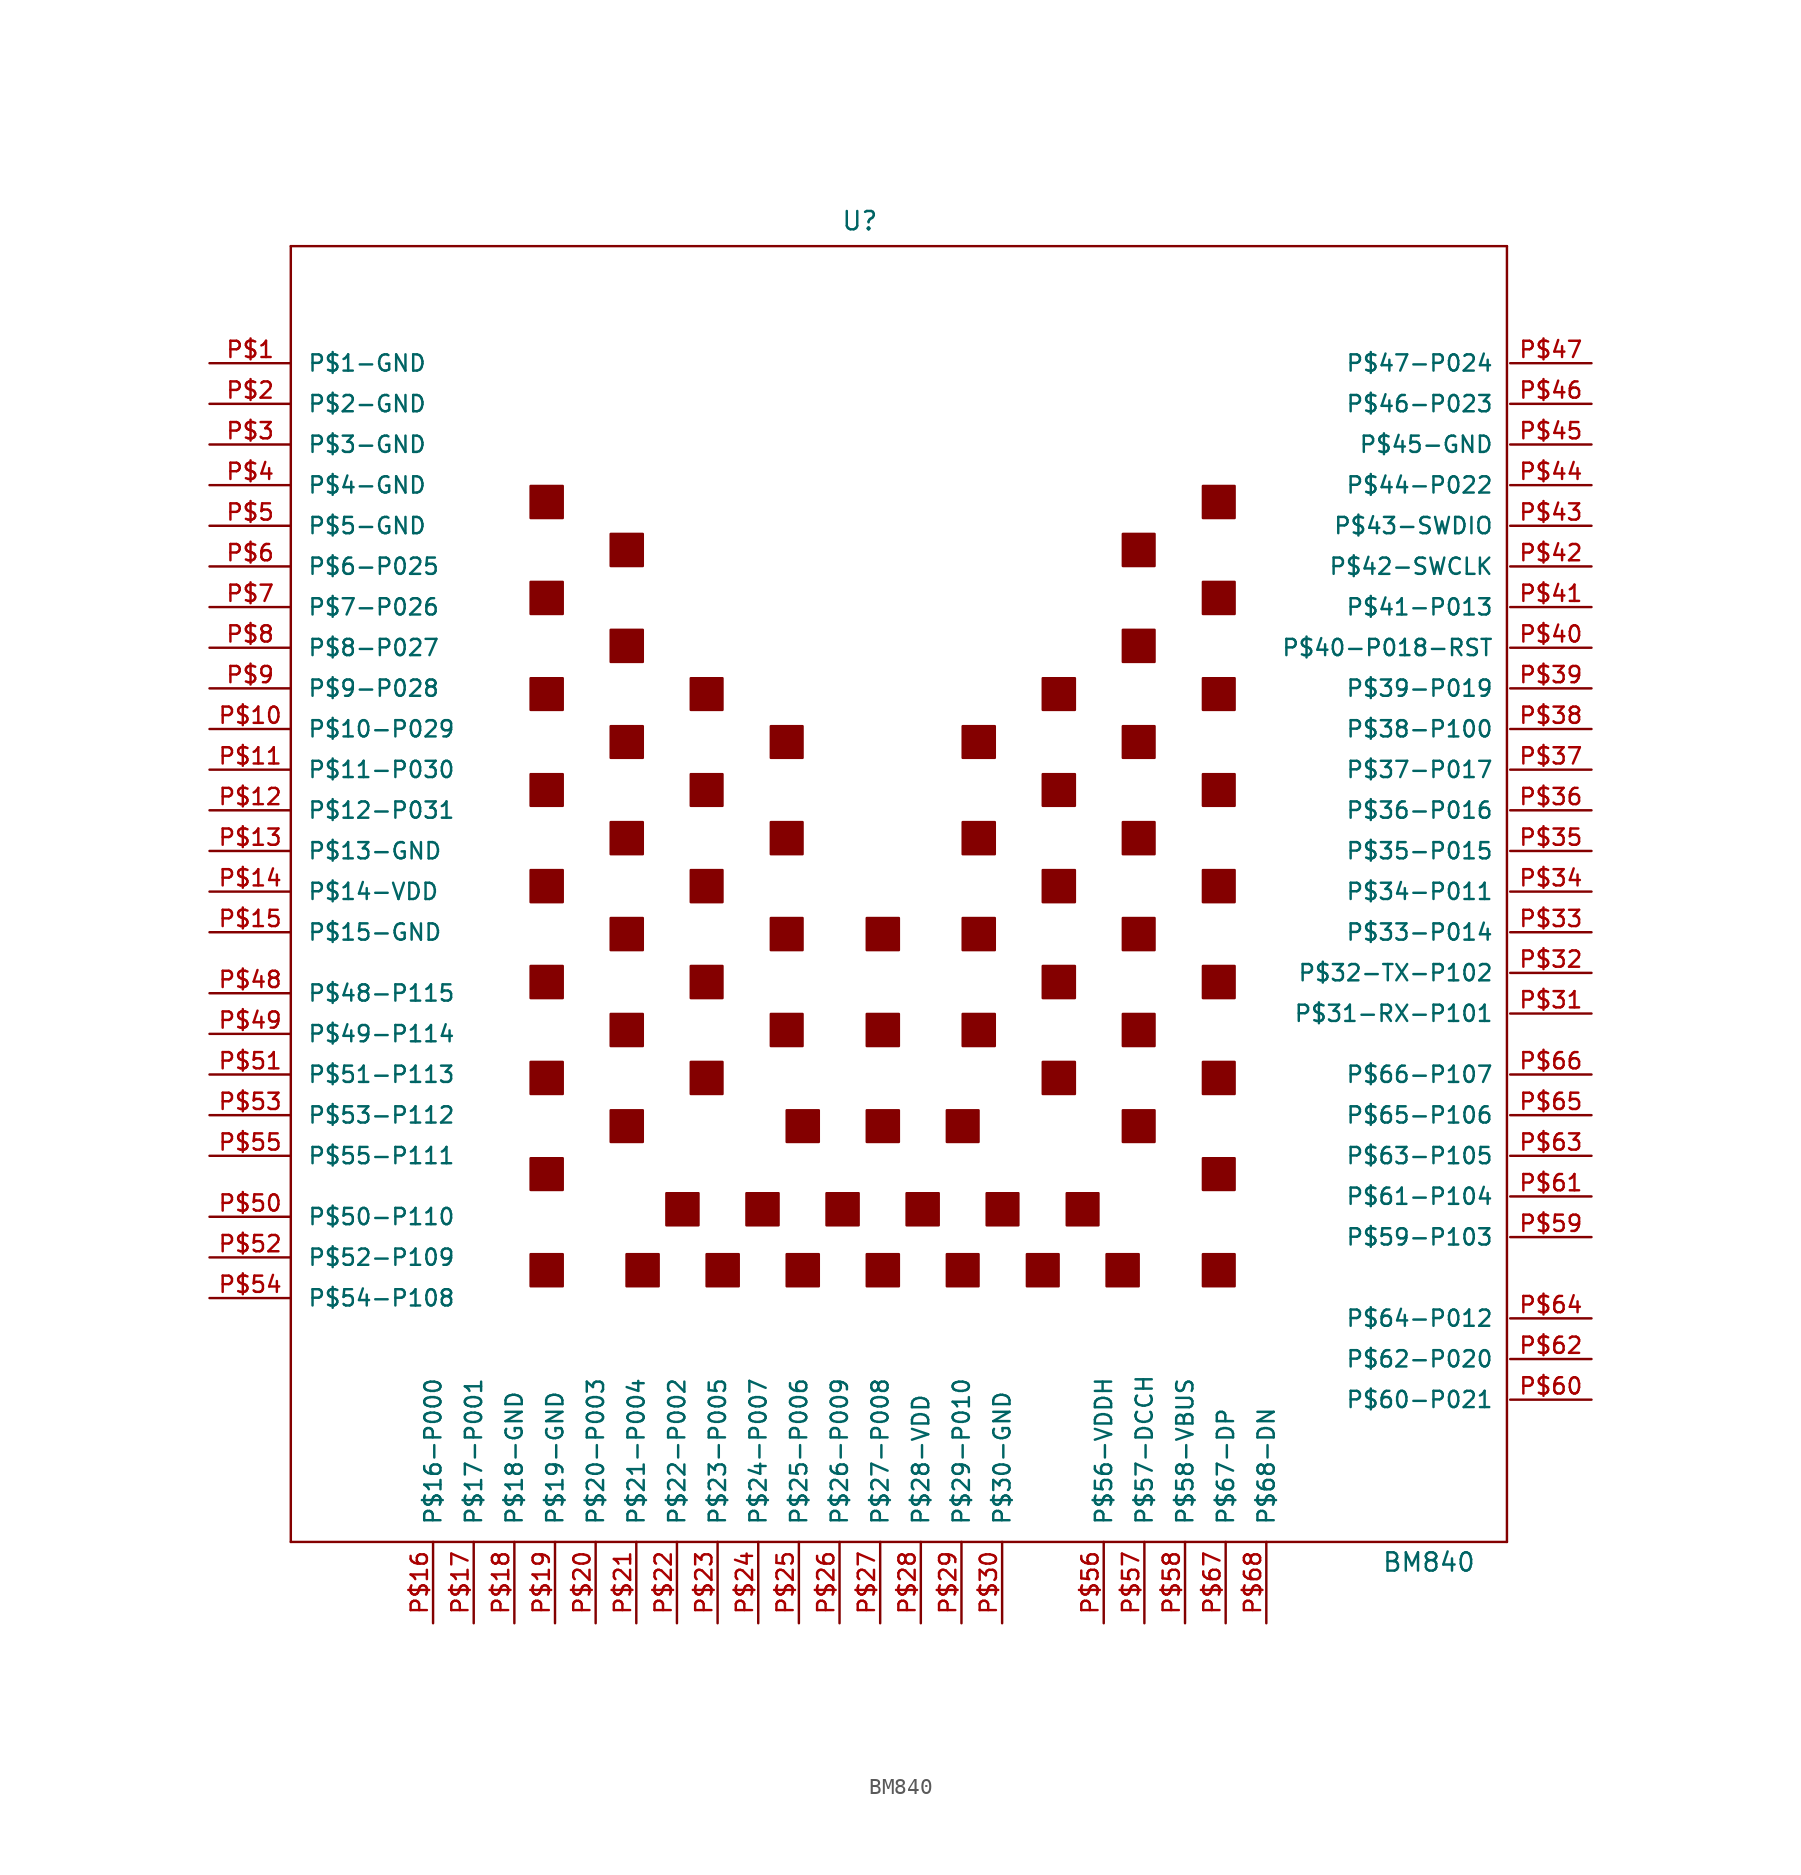
<source format=kicad_sym>
(kicad_symbol_lib
  (version 20211014)
  (generator kicad_symbol_editor)
  (symbol "BM840"
    (pin_names
      (offset 1.016))
    (property "Reference" "U"
      (at -1.27 44.45 0)
      (effects (font (size 1.143 1.143))))
    (property "Value" "BM840"
      (at 34.29 -39.37 0)
      (effects (font (size 1.143 1.143))))
    (property "ki_locked" ""
      (at 0 0 0)
      (effects (font (size 1.27 1.27))))
    (symbol "BM840_1_0"
      (polyline (pts (xy -36.83 -38.1) (xy -36.83 42.875)) (stroke (width 0) (type default) (color 0 0 0 0)) (fill (type none)))
      (polyline (pts (xy -36.83 42.875) (xy 39.167 42.875)) (stroke (width 0) (type default) (color 0 0 0 0)) (fill (type none)))
      (polyline (pts (xy 39.167 -38.1) (xy -36.83 -38.1)) (stroke (width 0) (type default) (color 0 0 0 0)) (fill (type none)))
      (polyline (pts (xy 39.167 42.875) (xy 39.167 -38.1)) (stroke (width 0) (type default) (color 0 0 0 0)) (fill (type none))))
    (symbol "BM840_1_1"
      (polyline (pts (xy -21.844 -20.117) (xy -19.837 -20.117) (xy -19.837 -20.117) (xy -19.837 -22.123) (xy -19.837 -22.123) (xy -21.844 -22.123) (xy -21.844 -22.123) (xy -21.844 -20.117)) (stroke (width 0) (type default) (color 0 0 0 0)) (fill (type outline)))
      (polyline (pts (xy -21.844 -14.122) (xy -19.837 -14.122) (xy -19.837 -14.122) (xy -19.837 -16.104) (xy -19.837 -16.104) (xy -21.844 -16.104) (xy -21.844 -16.104) (xy -21.844 -14.122)) (stroke (width 0) (type default) (color 0 0 0 0)) (fill (type outline)))
      (polyline (pts (xy -21.844 -8.103) (xy -19.837 -8.103) (xy -19.837 -8.103) (xy -19.837 -10.109) (xy -19.837 -10.109) (xy -21.844 -10.109) (xy -21.844 -10.109) (xy -21.844 -8.103)) (stroke (width 0) (type default) (color 0 0 0 0)) (fill (type outline)))
      (polyline (pts (xy -21.844 -2.108) (xy -19.837 -2.108) (xy -19.837 -2.108) (xy -19.837 -4.115) (xy -19.837 -4.115) (xy -21.844 -4.115) (xy -21.844 -4.115) (xy -21.844 -2.108)) (stroke (width 0) (type default) (color 0 0 0 0)) (fill (type outline)))
      (polyline (pts (xy -21.844 3.886) (xy -19.837 3.886) (xy -19.837 3.886) (xy -19.837 1.88) (xy -19.837 1.88) (xy -21.844 1.88) (xy -21.844 1.88) (xy -21.844 3.886)) (stroke (width 0) (type default) (color 0 0 0 0)) (fill (type outline)))
      (polyline (pts (xy -21.844 9.881) (xy -19.837 9.881) (xy -19.837 9.881) (xy -19.837 7.899) (xy -19.837 7.899) (xy -21.844 7.899) (xy -21.844 7.899) (xy -21.844 9.881)) (stroke (width 0) (type default) (color 0 0 0 0)) (fill (type outline)))
      (polyline (pts (xy -21.844 15.875) (xy -19.837 15.875) (xy -19.837 15.875) (xy -19.837 13.894) (xy -19.837 13.894) (xy -21.844 13.894) (xy -21.844 13.894) (xy -21.844 15.875)) (stroke (width 0) (type default) (color 0 0 0 0)) (fill (type outline)))
      (polyline (pts (xy -21.844 21.895) (xy -19.837 21.895) (xy -19.837 21.895) (xy -19.837 19.888) (xy -19.837 19.888) (xy -21.844 19.888) (xy -21.844 19.888) (xy -21.844 21.895)) (stroke (width 0) (type default) (color 0 0 0 0)) (fill (type outline)))
      (polyline (pts (xy -21.844 27.889) (xy -19.837 27.889) (xy -19.837 27.889) (xy -19.837 25.883) (xy -19.837 25.883) (xy -21.844 25.883) (xy -21.844 25.883) (xy -21.844 27.889)) (stroke (width 0) (type default) (color 0 0 0 0)) (fill (type outline)))
      (polyline (pts (xy -16.84 -11.125) (xy -14.834 -11.125) (xy -14.834 -11.125) (xy -14.834 -13.106) (xy -14.834 -13.106) (xy -16.84 -13.106) (xy -16.84 -13.106) (xy -16.84 -11.125)) (stroke (width 0) (type default) (color 0 0 0 0)) (fill (type outline)))
      (polyline (pts (xy -16.84 -5.105) (xy -14.834 -5.105) (xy -14.834 -5.105) (xy -14.834 -7.112) (xy -14.834 -7.112) (xy -16.84 -7.112) (xy -16.84 -7.112) (xy -16.84 -5.105)) (stroke (width 0) (type default) (color 0 0 0 0)) (fill (type outline)))
      (polyline (pts (xy -16.84 0.889) (xy -14.834 0.889) (xy -14.834 0.889) (xy -14.834 -1.118) (xy -14.834 -1.118) (xy -16.84 -1.118) (xy -16.84 -1.118) (xy -16.84 0.889)) (stroke (width 0) (type default) (color 0 0 0 0)) (fill (type outline)))
      (polyline (pts (xy -16.84 6.883) (xy -14.834 6.883) (xy -14.834 6.883) (xy -14.834 4.877) (xy -14.834 4.877) (xy -16.84 4.877) (xy -16.84 4.877) (xy -16.84 6.883)) (stroke (width 0) (type default) (color 0 0 0 0)) (fill (type outline)))
      (polyline (pts (xy -16.84 12.878) (xy -14.834 12.878) (xy -14.834 12.878) (xy -14.834 10.897) (xy -14.834 10.897) (xy -16.84 10.897) (xy -16.84 10.897) (xy -16.84 12.878)) (stroke (width 0) (type default) (color 0 0 0 0)) (fill (type outline)))
      (polyline (pts (xy -16.84 18.898) (xy -14.834 18.898) (xy -14.834 18.898) (xy -14.834 16.891) (xy -14.834 16.891) (xy -16.84 16.891) (xy -16.84 16.891) (xy -16.84 18.898)) (stroke (width 0) (type default) (color 0 0 0 0)) (fill (type outline)))
      (polyline (pts (xy -16.84 24.892) (xy -14.834 24.892) (xy -14.834 24.892) (xy -14.834 22.885) (xy -14.834 22.885) (xy -16.84 22.885) (xy -16.84 22.885) (xy -16.84 24.892)) (stroke (width 0) (type default) (color 0 0 0 0)) (fill (type outline)))
      (polyline (pts (xy -15.85 -20.117) (xy -13.843 -20.117) (xy -13.843 -20.117) (xy -13.843 -22.123) (xy -13.843 -22.123) (xy -15.85 -22.123) (xy -15.85 -22.123) (xy -15.85 -20.117)) (stroke (width 0) (type default) (color 0 0 0 0)) (fill (type outline)))
      (polyline (pts (xy -13.36 -16.307) (xy -11.354 -16.307) (xy -11.354 -16.307) (xy -11.354 -18.313) (xy -11.354 -18.313) (xy -13.36 -18.313) (xy -13.36 -18.313) (xy -13.36 -16.307)) (stroke (width 0) (type default) (color 0 0 0 0)) (fill (type outline)))
      (polyline (pts (xy -11.836 -8.103) (xy -9.855 -8.103) (xy -9.855 -8.103) (xy -9.855 -10.109) (xy -9.855 -10.109) (xy -11.836 -10.109) (xy -11.836 -10.109) (xy -11.836 -8.103)) (stroke (width 0) (type default) (color 0 0 0 0)) (fill (type outline)))
      (polyline (pts (xy -11.836 -2.108) (xy -9.855 -2.108) (xy -9.855 -2.108) (xy -9.855 -4.115) (xy -9.855 -4.115) (xy -11.836 -4.115) (xy -11.836 -4.115) (xy -11.836 -2.108)) (stroke (width 0) (type default) (color 0 0 0 0)) (fill (type outline)))
      (polyline (pts (xy -11.836 3.886) (xy -9.855 3.886) (xy -9.855 3.886) (xy -9.855 1.88) (xy -9.855 1.88) (xy -11.836 1.88) (xy -11.836 1.88) (xy -11.836 3.886)) (stroke (width 0) (type default) (color 0 0 0 0)) (fill (type outline)))
      (polyline (pts (xy -11.836 9.881) (xy -9.855 9.881) (xy -9.855 9.881) (xy -9.855 7.899) (xy -9.855 7.899) (xy -11.836 7.899) (xy -11.836 7.899) (xy -11.836 9.881)) (stroke (width 0) (type default) (color 0 0 0 0)) (fill (type outline)))
      (polyline (pts (xy -11.836 15.875) (xy -9.855 15.875) (xy -9.855 15.875) (xy -9.855 13.894) (xy -9.855 13.894) (xy -11.836 13.894) (xy -11.836 13.894) (xy -11.836 15.875)) (stroke (width 0) (type default) (color 0 0 0 0)) (fill (type outline)))
      (polyline (pts (xy -10.846 -20.117) (xy -8.839 -20.117) (xy -8.839 -20.117) (xy -8.839 -22.123) (xy -8.839 -22.123) (xy -10.846 -22.123) (xy -10.846 -22.123) (xy -10.846 -20.117)) (stroke (width 0) (type default) (color 0 0 0 0)) (fill (type outline)))
      (polyline (pts (xy -8.357 -16.307) (xy -6.35 -16.307) (xy -6.35 -16.307) (xy -6.35 -18.313) (xy -6.35 -18.313) (xy -8.357 -18.313) (xy -8.357 -18.313) (xy -8.357 -16.307)) (stroke (width 0) (type default) (color 0 0 0 0)) (fill (type outline)))
      (polyline (pts (xy -6.833 -5.105) (xy -4.851 -5.105) (xy -4.851 -5.105) (xy -4.851 -7.112) (xy -4.851 -7.112) (xy -6.833 -7.112) (xy -6.833 -7.112) (xy -6.833 -5.105)) (stroke (width 0) (type default) (color 0 0 0 0)) (fill (type outline)))
      (polyline (pts (xy -6.833 0.889) (xy -4.851 0.889) (xy -4.851 0.889) (xy -4.851 -1.118) (xy -4.851 -1.118) (xy -6.833 -1.118) (xy -6.833 -1.118) (xy -6.833 0.889)) (stroke (width 0) (type default) (color 0 0 0 0)) (fill (type outline)))
      (polyline (pts (xy -6.833 6.883) (xy -4.851 6.883) (xy -4.851 6.883) (xy -4.851 4.877) (xy -4.851 4.877) (xy -6.833 4.877) (xy -6.833 4.877) (xy -6.833 6.883)) (stroke (width 0) (type default) (color 0 0 0 0)) (fill (type outline)))
      (polyline (pts (xy -6.833 12.878) (xy -4.851 12.878) (xy -4.851 12.878) (xy -4.851 10.897) (xy -4.851 10.897) (xy -6.833 10.897) (xy -6.833 10.897) (xy -6.833 12.878)) (stroke (width 0) (type default) (color 0 0 0 0)) (fill (type outline)))
      (polyline (pts (xy -5.842 -20.117) (xy -3.835 -20.117) (xy -3.835 -20.117) (xy -3.835 -22.123) (xy -3.835 -22.123) (xy -5.842 -22.123) (xy -5.842 -22.123) (xy -5.842 -20.117)) (stroke (width 0) (type default) (color 0 0 0 0)) (fill (type outline)))
      (polyline (pts (xy -5.842 -11.125) (xy -3.835 -11.125) (xy -3.835 -11.125) (xy -3.835 -13.106) (xy -3.835 -13.106) (xy -5.842 -13.106) (xy -5.842 -13.106) (xy -5.842 -11.125)) (stroke (width 0) (type default) (color 0 0 0 0)) (fill (type outline)))
      (polyline (pts (xy -3.353 -16.307) (xy -1.346 -16.307) (xy -1.346 -16.307) (xy -1.346 -18.313) (xy -1.346 -18.313) (xy -3.353 -18.313) (xy -3.353 -18.313) (xy -3.353 -16.307)) (stroke (width 0) (type default) (color 0 0 0 0)) (fill (type outline)))
      (polyline (pts (xy -0.838 -20.117) (xy 1.168 -20.117) (xy 1.168 -20.117) (xy 1.168 -22.123) (xy 1.168 -22.123) (xy -0.838 -22.123) (xy -0.838 -22.123) (xy -0.838 -20.117)) (stroke (width 0) (type default) (color 0 0 0 0)) (fill (type outline)))
      (polyline (pts (xy -0.838 -11.125) (xy 1.168 -11.125) (xy 1.168 -11.125) (xy 1.168 -13.106) (xy 1.168 -13.106) (xy -0.838 -13.106) (xy -0.838 -13.106) (xy -0.838 -11.125)) (stroke (width 0) (type default) (color 0 0 0 0)) (fill (type outline)))
      (polyline (pts (xy -0.838 -5.105) (xy 1.168 -5.105) (xy 1.168 -5.105) (xy 1.168 -7.112) (xy 1.168 -7.112) (xy -0.838 -7.112) (xy -0.838 -7.112) (xy -0.838 -5.105)) (stroke (width 0) (type default) (color 0 0 0 0)) (fill (type outline)))
      (polyline (pts (xy -0.838 0.889) (xy 1.168 0.889) (xy 1.168 0.889) (xy 1.168 -1.118) (xy 1.168 -1.118) (xy -0.838 -1.118) (xy -0.838 -1.118) (xy -0.838 0.889)) (stroke (width 0) (type default) (color 0 0 0 0)) (fill (type outline)))
      (polyline (pts (xy 1.651 -16.307) (xy 3.658 -16.307) (xy 3.658 -16.307) (xy 3.658 -18.313) (xy 3.658 -18.313) (xy 1.651 -18.313) (xy 1.651 -18.313) (xy 1.651 -16.307)) (stroke (width 0) (type default) (color 0 0 0 0)) (fill (type outline)))
      (polyline (pts (xy 4.166 -20.117) (xy 6.147 -20.117) (xy 6.147 -20.117) (xy 6.147 -22.123) (xy 6.147 -22.123) (xy 4.166 -22.123) (xy 4.166 -22.123) (xy 4.166 -20.117)) (stroke (width 0) (type default) (color 0 0 0 0)) (fill (type outline)))
      (polyline (pts (xy 4.166 -11.125) (xy 6.147 -11.125) (xy 6.147 -11.125) (xy 6.147 -13.106) (xy 6.147 -13.106) (xy 4.166 -13.106) (xy 4.166 -13.106) (xy 4.166 -11.125)) (stroke (width 0) (type default) (color 0 0 0 0)) (fill (type outline)))
      (polyline (pts (xy 5.156 -5.105) (xy 7.163 -5.105) (xy 7.163 -5.105) (xy 7.163 -7.112) (xy 7.163 -7.112) (xy 5.156 -7.112) (xy 5.156 -7.112) (xy 5.156 -5.105)) (stroke (width 0) (type default) (color 0 0 0 0)) (fill (type outline)))
      (polyline (pts (xy 5.156 0.889) (xy 7.163 0.889) (xy 7.163 0.889) (xy 7.163 -1.118) (xy 7.163 -1.118) (xy 5.156 -1.118) (xy 5.156 -1.118) (xy 5.156 0.889)) (stroke (width 0) (type default) (color 0 0 0 0)) (fill (type outline)))
      (polyline (pts (xy 5.156 6.883) (xy 7.163 6.883) (xy 7.163 6.883) (xy 7.163 4.877) (xy 7.163 4.877) (xy 5.156 4.877) (xy 5.156 4.877) (xy 5.156 6.883)) (stroke (width 0) (type default) (color 0 0 0 0)) (fill (type outline)))
      (polyline (pts (xy 5.156 12.878) (xy 7.163 12.878) (xy 7.163 12.878) (xy 7.163 10.897) (xy 7.163 10.897) (xy 5.156 10.897) (xy 5.156 10.897) (xy 5.156 12.878)) (stroke (width 0) (type default) (color 0 0 0 0)) (fill (type outline)))
      (polyline (pts (xy 6.655 -16.307) (xy 8.636 -16.307) (xy 8.636 -16.307) (xy 8.636 -18.313) (xy 8.636 -18.313) (xy 6.655 -18.313) (xy 6.655 -18.313) (xy 6.655 -16.307)) (stroke (width 0) (type default) (color 0 0 0 0)) (fill (type outline)))
      (polyline (pts (xy 9.169 -20.117) (xy 11.151 -20.117) (xy 11.151 -20.117) (xy 11.151 -22.123) (xy 11.151 -22.123) (xy 9.169 -22.123) (xy 9.169 -22.123) (xy 9.169 -20.117)) (stroke (width 0) (type default) (color 0 0 0 0)) (fill (type outline)))
      (polyline (pts (xy 10.16 -8.103) (xy 12.167 -8.103) (xy 12.167 -8.103) (xy 12.167 -10.109) (xy 12.167 -10.109) (xy 10.16 -10.109) (xy 10.16 -10.109) (xy 10.16 -8.103)) (stroke (width 0) (type default) (color 0 0 0 0)) (fill (type outline)))
      (polyline (pts (xy 10.16 -2.108) (xy 12.167 -2.108) (xy 12.167 -2.108) (xy 12.167 -4.115) (xy 12.167 -4.115) (xy 10.16 -4.115) (xy 10.16 -4.115) (xy 10.16 -2.108)) (stroke (width 0) (type default) (color 0 0 0 0)) (fill (type outline)))
      (polyline (pts (xy 10.16 3.886) (xy 12.167 3.886) (xy 12.167 3.886) (xy 12.167 1.88) (xy 12.167 1.88) (xy 10.16 1.88) (xy 10.16 1.88) (xy 10.16 3.886)) (stroke (width 0) (type default) (color 0 0 0 0)) (fill (type outline)))
      (polyline (pts (xy 10.16 9.881) (xy 12.167 9.881) (xy 12.167 9.881) (xy 12.167 7.899) (xy 12.167 7.899) (xy 10.16 7.899) (xy 10.16 7.899) (xy 10.16 9.881)) (stroke (width 0) (type default) (color 0 0 0 0)) (fill (type outline)))
      (polyline (pts (xy 10.16 15.875) (xy 12.167 15.875) (xy 12.167 15.875) (xy 12.167 13.894) (xy 12.167 13.894) (xy 10.16 13.894) (xy 10.16 13.894) (xy 10.16 15.875)) (stroke (width 0) (type default) (color 0 0 0 0)) (fill (type outline)))
      (polyline (pts (xy 11.659 -16.307) (xy 13.64 -16.307) (xy 13.64 -16.307) (xy 13.64 -18.313) (xy 13.64 -18.313) (xy 11.659 -18.313) (xy 11.659 -18.313) (xy 11.659 -16.307)) (stroke (width 0) (type default) (color 0 0 0 0)) (fill (type outline)))
      (polyline (pts (xy 14.148 -20.117) (xy 16.154 -20.117) (xy 16.154 -20.117) (xy 16.154 -22.123) (xy 16.154 -22.123) (xy 14.148 -22.123) (xy 14.148 -22.123) (xy 14.148 -20.117)) (stroke (width 0) (type default) (color 0 0 0 0)) (fill (type outline)))
      (polyline (pts (xy 15.164 -11.125) (xy 17.145 -11.125) (xy 17.145 -11.125) (xy 17.145 -13.106) (xy 17.145 -13.106) (xy 15.164 -13.106) (xy 15.164 -13.106) (xy 15.164 -11.125)) (stroke (width 0) (type default) (color 0 0 0 0)) (fill (type outline)))
      (polyline (pts (xy 15.164 -5.105) (xy 17.145 -5.105) (xy 17.145 -5.105) (xy 17.145 -7.112) (xy 17.145 -7.112) (xy 15.164 -7.112) (xy 15.164 -7.112) (xy 15.164 -5.105)) (stroke (width 0) (type default) (color 0 0 0 0)) (fill (type outline)))
      (polyline (pts (xy 15.164 0.889) (xy 17.145 0.889) (xy 17.145 0.889) (xy 17.145 -1.118) (xy 17.145 -1.118) (xy 15.164 -1.118) (xy 15.164 -1.118) (xy 15.164 0.889)) (stroke (width 0) (type default) (color 0 0 0 0)) (fill (type outline)))
      (polyline (pts (xy 15.164 6.883) (xy 17.145 6.883) (xy 17.145 6.883) (xy 17.145 4.877) (xy 17.145 4.877) (xy 15.164 4.877) (xy 15.164 4.877) (xy 15.164 6.883)) (stroke (width 0) (type default) (color 0 0 0 0)) (fill (type outline)))
      (polyline (pts (xy 15.164 12.878) (xy 17.145 12.878) (xy 17.145 12.878) (xy 17.145 10.897) (xy 17.145 10.897) (xy 15.164 10.897) (xy 15.164 10.897) (xy 15.164 12.878)) (stroke (width 0) (type default) (color 0 0 0 0)) (fill (type outline)))
      (polyline (pts (xy 15.164 18.898) (xy 17.145 18.898) (xy 17.145 18.898) (xy 17.145 16.891) (xy 17.145 16.891) (xy 15.164 16.891) (xy 15.164 16.891) (xy 15.164 18.898)) (stroke (width 0) (type default) (color 0 0 0 0)) (fill (type outline)))
      (polyline (pts (xy 15.164 24.892) (xy 17.145 24.892) (xy 17.145 24.892) (xy 17.145 22.885) (xy 17.145 22.885) (xy 15.164 22.885) (xy 15.164 22.885) (xy 15.164 24.892)) (stroke (width 0) (type default) (color 0 0 0 0)) (fill (type outline)))
      (polyline (pts (xy 20.168 -20.117) (xy 22.149 -20.117) (xy 22.149 -20.117) (xy 22.149 -22.123) (xy 22.149 -22.123) (xy 20.168 -22.123) (xy 20.168 -22.123) (xy 20.168 -20.117)) (stroke (width 0) (type default) (color 0 0 0 0)) (fill (type outline)))
      (polyline (pts (xy 20.168 -14.122) (xy 22.149 -14.122) (xy 22.149 -14.122) (xy 22.149 -16.104) (xy 22.149 -16.104) (xy 20.168 -16.104) (xy 20.168 -16.104) (xy 20.168 -14.122)) (stroke (width 0) (type default) (color 0 0 0 0)) (fill (type outline)))
      (polyline (pts (xy 20.168 -8.103) (xy 22.149 -8.103) (xy 22.149 -8.103) (xy 22.149 -10.109) (xy 22.149 -10.109) (xy 20.168 -10.109) (xy 20.168 -10.109) (xy 20.168 -8.103)) (stroke (width 0) (type default) (color 0 0 0 0)) (fill (type outline)))
      (polyline (pts (xy 20.168 -2.108) (xy 22.149 -2.108) (xy 22.149 -2.108) (xy 22.149 -4.115) (xy 22.149 -4.115) (xy 20.168 -4.115) (xy 20.168 -4.115) (xy 20.168 -2.108)) (stroke (width 0) (type default) (color 0 0 0 0)) (fill (type outline)))
      (polyline (pts (xy 20.168 3.886) (xy 22.149 3.886) (xy 22.149 3.886) (xy 22.149 1.88) (xy 22.149 1.88) (xy 20.168 1.88) (xy 20.168 1.88) (xy 20.168 3.886)) (stroke (width 0) (type default) (color 0 0 0 0)) (fill (type outline)))
      (polyline (pts (xy 20.168 9.881) (xy 22.149 9.881) (xy 22.149 9.881) (xy 22.149 7.899) (xy 22.149 7.899) (xy 20.168 7.899) (xy 20.168 7.899) (xy 20.168 9.881)) (stroke (width 0) (type default) (color 0 0 0 0)) (fill (type outline)))
      (polyline (pts (xy 20.168 15.875) (xy 22.149 15.875) (xy 22.149 15.875) (xy 22.149 13.894) (xy 22.149 13.894) (xy 20.168 13.894) (xy 20.168 13.894) (xy 20.168 15.875)) (stroke (width 0) (type default) (color 0 0 0 0)) (fill (type outline)))
      (polyline (pts (xy 20.168 21.895) (xy 22.149 21.895) (xy 22.149 21.895) (xy 22.149 19.888) (xy 22.149 19.888) (xy 20.168 19.888) (xy 20.168 19.888) (xy 20.168 21.895)) (stroke (width 0) (type default) (color 0 0 0 0)) (fill (type outline)))
      (polyline (pts (xy 20.168 27.889) (xy 22.149 27.889) (xy 22.149 27.889) (xy 22.149 25.883) (xy 22.149 25.883) (xy 20.168 25.883) (xy 20.168 25.883) (xy 20.168 27.889)) (stroke (width 0) (type default) (color 0 0 0 0)) (fill (type outline)))
      (pin bidirectional line (at -41.91 35.56 0) (length 5.08) (name "P$1-GND" (effects (font (size 1.016 1.016)))) (number "P$1" (effects (font (size 1.016 1.016)))))
      (pin bidirectional line (at -41.91 12.7 0) (length 5.08) (name "P$10-P029" (effects (font (size 1.016 1.016)))) (number "P$10" (effects (font (size 1.016 1.016)))))
      (pin bidirectional line (at -41.91 10.16 0) (length 5.08) (name "P$11-P030" (effects (font (size 1.016 1.016)))) (number "P$11" (effects (font (size 1.016 1.016)))))
      (pin bidirectional line (at -41.91 7.62 0) (length 5.08) (name "P$12-P031" (effects (font (size 1.016 1.016)))) (number "P$12" (effects (font (size 1.016 1.016)))))
      (pin bidirectional line (at -41.91 5.08 0) (length 5.08) (name "P$13-GND" (effects (font (size 1.016 1.016)))) (number "P$13" (effects (font (size 1.016 1.016)))))
      (pin bidirectional line (at -41.91 2.54 0) (length 5.08) (name "P$14-VDD" (effects (font (size 1.016 1.016)))) (number "P$14" (effects (font (size 1.016 1.016)))))
      (pin bidirectional line (at -41.91 0 0) (length 5.08) (name "P$15-GND" (effects (font (size 1.016 1.016)))) (number "P$15" (effects (font (size 1.016 1.016)))))
      (pin bidirectional line (at -27.94 -43.18 90) (length 5.08) (name "P$16-P000" (effects (font (size 1.016 1.016)))) (number "P$16" (effects (font (size 1.016 1.016)))))
      (pin bidirectional line (at -25.4 -43.18 90) (length 5.08) (name "P$17-P001" (effects (font (size 1.016 1.016)))) (number "P$17" (effects (font (size 1.016 1.016)))))
      (pin bidirectional line (at -22.86 -43.18 90) (length 5.08) (name "P$18-GND" (effects (font (size 1.016 1.016)))) (number "P$18" (effects (font (size 1.016 1.016)))))
      (pin bidirectional line (at -20.32 -43.18 90) (length 5.08) (name "P$19-GND" (effects (font (size 1.016 1.016)))) (number "P$19" (effects (font (size 1.016 1.016)))))
      (pin bidirectional line (at -41.91 33.02 0) (length 5.08) (name "P$2-GND" (effects (font (size 1.016 1.016)))) (number "P$2" (effects (font (size 1.016 1.016)))))
      (pin bidirectional line (at -17.78 -43.18 90) (length 5.08) (name "P$20-P003" (effects (font (size 1.016 1.016)))) (number "P$20" (effects (font (size 1.016 1.016)))))
      (pin bidirectional line (at -15.24 -43.18 90) (length 5.08) (name "P$21-P004" (effects (font (size 1.016 1.016)))) (number "P$21" (effects (font (size 1.016 1.016)))))
      (pin bidirectional line (at -12.7 -43.18 90) (length 5.08) (name "P$22-P002" (effects (font (size 1.016 1.016)))) (number "P$22" (effects (font (size 1.016 1.016)))))
      (pin bidirectional line (at -10.16 -43.18 90) (length 5.08) (name "P$23-P005" (effects (font (size 1.016 1.016)))) (number "P$23" (effects (font (size 1.016 1.016)))))
      (pin bidirectional line (at -7.62 -43.18 90) (length 5.08) (name "P$24-P007" (effects (font (size 1.016 1.016)))) (number "P$24" (effects (font (size 1.016 1.016)))))
      (pin bidirectional line (at -5.08 -43.18 90) (length 5.08) (name "P$25-P006" (effects (font (size 1.016 1.016)))) (number "P$25" (effects (font (size 1.016 1.016)))))
      (pin bidirectional line (at -2.54 -43.18 90) (length 5.08) (name "P$26-P009" (effects (font (size 1.016 1.016)))) (number "P$26" (effects (font (size 1.016 1.016)))))
      (pin bidirectional line (at 0 -43.18 90) (length 5.08) (name "P$27-P008" (effects (font (size 1.016 1.016)))) (number "P$27" (effects (font (size 1.016 1.016)))))
      (pin bidirectional line (at 2.54 -43.18 90) (length 5.08) (name "P$28-VDD" (effects (font (size 1.016 1.016)))) (number "P$28" (effects (font (size 1.016 1.016)))))
      (pin bidirectional line (at 5.08 -43.18 90) (length 5.08) (name "P$29-P010" (effects (font (size 1.016 1.016)))) (number "P$29" (effects (font (size 1.016 1.016)))))
      (pin bidirectional line (at -41.91 30.48 0) (length 5.08) (name "P$3-GND" (effects (font (size 1.016 1.016)))) (number "P$3" (effects (font (size 1.016 1.016)))))
      (pin bidirectional line (at 7.62 -43.18 90) (length 5.08) (name "P$30-GND" (effects (font (size 1.016 1.016)))) (number "P$30" (effects (font (size 1.016 1.016)))))
      (pin bidirectional line (at 44.45 -5.08 180) (length 5.08) (name "P$31-RX-P101" (effects (font (size 1.016 1.016)))) (number "P$31" (effects (font (size 1.016 1.016)))))
      (pin bidirectional line (at 44.45 -2.54 180) (length 5.08) (name "P$32-TX-P102" (effects (font (size 1.016 1.016)))) (number "P$32" (effects (font (size 1.016 1.016)))))
      (pin bidirectional line (at 44.45 0 180) (length 5.08) (name "P$33-P014" (effects (font (size 1.016 1.016)))) (number "P$33" (effects (font (size 1.016 1.016)))))
      (pin bidirectional line (at 44.45 2.54 180) (length 5.08) (name "P$34-P011" (effects (font (size 1.016 1.016)))) (number "P$34" (effects (font (size 1.016 1.016)))))
      (pin bidirectional line (at 44.45 5.08 180) (length 5.08) (name "P$35-P015" (effects (font (size 1.016 1.016)))) (number "P$35" (effects (font (size 1.016 1.016)))))
      (pin bidirectional line (at 44.45 7.62 180) (length 5.08) (name "P$36-P016" (effects (font (size 1.016 1.016)))) (number "P$36" (effects (font (size 1.016 1.016)))))
      (pin bidirectional line (at 44.45 10.16 180) (length 5.08) (name "P$37-P017" (effects (font (size 1.016 1.016)))) (number "P$37" (effects (font (size 1.016 1.016)))))
      (pin bidirectional line (at 44.45 12.7 180) (length 5.08) (name "P$38-P100" (effects (font (size 1.016 1.016)))) (number "P$38" (effects (font (size 1.016 1.016)))))
      (pin bidirectional line (at 44.45 15.24 180) (length 5.08) (name "P$39-P019" (effects (font (size 1.016 1.016)))) (number "P$39" (effects (font (size 1.016 1.016)))))
      (pin bidirectional line (at -41.91 27.94 0) (length 5.08) (name "P$4-GND" (effects (font (size 1.016 1.016)))) (number "P$4" (effects (font (size 1.016 1.016)))))
      (pin bidirectional line (at 44.45 17.78 180) (length 5.08) (name "P$40-P018-RST" (effects (font (size 1.016 1.016)))) (number "P$40" (effects (font (size 1.016 1.016)))))
      (pin bidirectional line (at 44.45 20.32 180) (length 5.08) (name "P$41-P013" (effects (font (size 1.016 1.016)))) (number "P$41" (effects (font (size 1.016 1.016)))))
      (pin bidirectional line (at 44.45 22.86 180) (length 5.08) (name "P$42-SWCLK" (effects (font (size 1.016 1.016)))) (number "P$42" (effects (font (size 1.016 1.016)))))
      (pin bidirectional line (at 44.45 25.4 180) (length 5.08) (name "P$43-SWDIO" (effects (font (size 1.016 1.016)))) (number "P$43" (effects (font (size 1.016 1.016)))))
      (pin bidirectional line (at 44.45 27.94 180) (length 5.08) (name "P$44-P022" (effects (font (size 1.016 1.016)))) (number "P$44" (effects (font (size 1.016 1.016)))))
      (pin bidirectional line (at 44.45 30.48 180) (length 5.08) (name "P$45-GND" (effects (font (size 1.016 1.016)))) (number "P$45" (effects (font (size 1.016 1.016)))))
      (pin bidirectional line (at 44.45 33.02 180) (length 5.08) (name "P$46-P023" (effects (font (size 1.016 1.016)))) (number "P$46" (effects (font (size 1.016 1.016)))))
      (pin bidirectional line (at 44.45 35.56 180) (length 5.08) (name "P$47-P024" (effects (font (size 1.016 1.016)))) (number "P$47" (effects (font (size 1.016 1.016)))))
      (pin bidirectional line (at -41.91 -3.81 0) (length 5.08) (name "P$48-P115" (effects (font (size 1.016 1.016)))) (number "P$48" (effects (font (size 1.016 1.016)))))
      (pin bidirectional line (at -41.91 -6.35 0) (length 5.08) (name "P$49-P114" (effects (font (size 1.016 1.016)))) (number "P$49" (effects (font (size 1.016 1.016)))))
      (pin bidirectional line (at -41.91 25.4 0) (length 5.08) (name "P$5-GND" (effects (font (size 1.016 1.016)))) (number "P$5" (effects (font (size 1.016 1.016)))))
      (pin bidirectional line (at -41.91 -17.78 0) (length 5.08) (name "P$50-P110" (effects (font (size 1.016 1.016)))) (number "P$50" (effects (font (size 1.016 1.016)))))
      (pin bidirectional line (at -41.91 -8.89 0) (length 5.08) (name "P$51-P113" (effects (font (size 1.016 1.016)))) (number "P$51" (effects (font (size 1.016 1.016)))))
      (pin bidirectional line (at -41.91 -20.32 0) (length 5.08) (name "P$52-P109" (effects (font (size 1.016 1.016)))) (number "P$52" (effects (font (size 1.016 1.016)))))
      (pin bidirectional line (at -41.91 -11.43 0) (length 5.08) (name "P$53-P112" (effects (font (size 1.016 1.016)))) (number "P$53" (effects (font (size 1.016 1.016)))))
      (pin bidirectional line (at -41.91 -22.86 0) (length 5.08) (name "P$54-P108" (effects (font (size 1.016 1.016)))) (number "P$54" (effects (font (size 1.016 1.016)))))
      (pin bidirectional line (at -41.91 -13.97 0) (length 5.08) (name "P$55-P111" (effects (font (size 1.016 1.016)))) (number "P$55" (effects (font (size 1.016 1.016)))))
      (pin bidirectional line (at 13.97 -43.18 90) (length 5.08) (name "P$56-VDDH" (effects (font (size 1.016 1.016)))) (number "P$56" (effects (font (size 1.016 1.016)))))
      (pin bidirectional line (at 16.51 -43.18 90) (length 5.08) (name "P$57-DCCH" (effects (font (size 1.016 1.016)))) (number "P$57" (effects (font (size 1.016 1.016)))))
      (pin bidirectional line (at 19.05 -43.18 90) (length 5.08) (name "P$58-VBUS" (effects (font (size 1.016 1.016)))) (number "P$58" (effects (font (size 1.016 1.016)))))
      (pin bidirectional line (at 44.45 -19.05 180) (length 5.08) (name "P$59-P103" (effects (font (size 1.016 1.016)))) (number "P$59" (effects (font (size 1.016 1.016)))))
      (pin bidirectional line (at -41.91 22.86 0) (length 5.08) (name "P$6-P025" (effects (font (size 1.016 1.016)))) (number "P$6" (effects (font (size 1.016 1.016)))))
      (pin bidirectional line (at 44.45 -29.21 180) (length 5.08) (name "P$60-P021" (effects (font (size 1.016 1.016)))) (number "P$60" (effects (font (size 1.016 1.016)))))
      (pin bidirectional line (at 44.45 -16.51 180) (length 5.08) (name "P$61-P104" (effects (font (size 1.016 1.016)))) (number "P$61" (effects (font (size 1.016 1.016)))))
      (pin bidirectional line (at 44.45 -26.67 180) (length 5.08) (name "P$62-P020" (effects (font (size 1.016 1.016)))) (number "P$62" (effects (font (size 1.016 1.016)))))
      (pin bidirectional line (at 44.45 -13.97 180) (length 5.08) (name "P$63-P105" (effects (font (size 1.016 1.016)))) (number "P$63" (effects (font (size 1.016 1.016)))))
      (pin bidirectional line (at 44.45 -24.13 180) (length 5.08) (name "P$64-P012" (effects (font (size 1.016 1.016)))) (number "P$64" (effects (font (size 1.016 1.016)))))
      (pin bidirectional line (at 44.45 -11.43 180) (length 5.08) (name "P$65-P106" (effects (font (size 1.016 1.016)))) (number "P$65" (effects (font (size 1.016 1.016)))))
      (pin bidirectional line (at 44.45 -8.89 180) (length 5.08) (name "P$66-P107" (effects (font (size 1.016 1.016)))) (number "P$66" (effects (font (size 1.016 1.016)))))
      (pin bidirectional line (at 21.59 -43.18 90) (length 5.08) (name "P$67-DP" (effects (font (size 1.016 1.016)))) (number "P$67" (effects (font (size 1.016 1.016)))))
      (pin bidirectional line (at 24.13 -43.18 90) (length 5.08) (name "P$68-DN" (effects (font (size 1.016 1.016)))) (number "P$68" (effects (font (size 1.016 1.016)))))
      (pin bidirectional line (at -41.91 20.32 0) (length 5.08) (name "P$7-P026" (effects (font (size 1.016 1.016)))) (number "P$7" (effects (font (size 1.016 1.016)))))
      (pin bidirectional line (at -41.91 17.78 0) (length 5.08) (name "P$8-P027" (effects (font (size 1.016 1.016)))) (number "P$8" (effects (font (size 1.016 1.016)))))
      (pin bidirectional line (at -41.91 15.24 0) (length 5.08) (name "P$9-P028" (effects (font (size 1.016 1.016)))) (number "P$9" (effects (font (size 1.016 1.016))))))))
</source>
